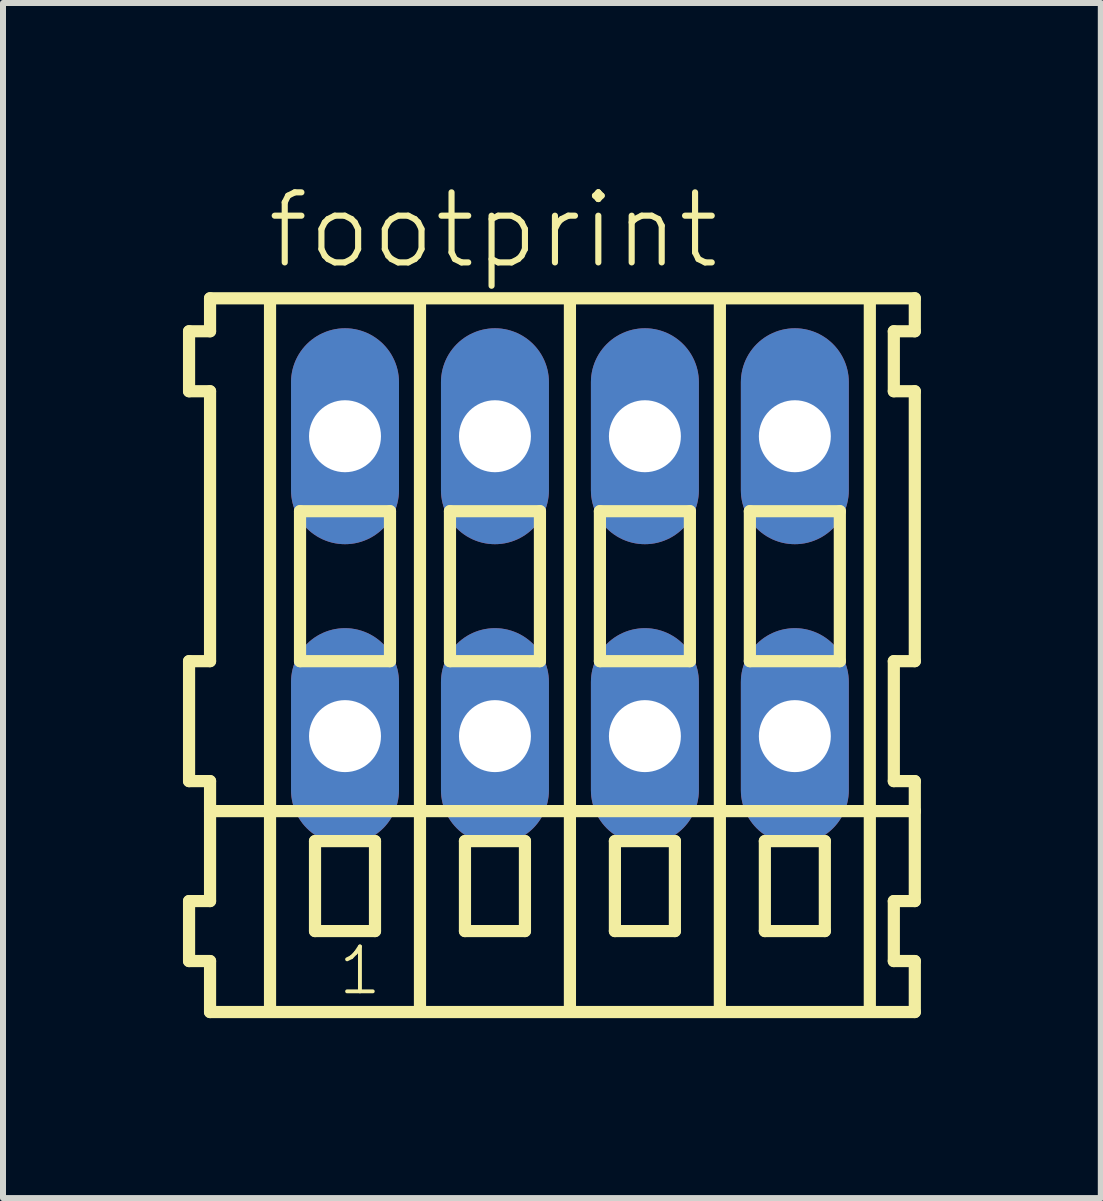
<source format=kicad_pcb>
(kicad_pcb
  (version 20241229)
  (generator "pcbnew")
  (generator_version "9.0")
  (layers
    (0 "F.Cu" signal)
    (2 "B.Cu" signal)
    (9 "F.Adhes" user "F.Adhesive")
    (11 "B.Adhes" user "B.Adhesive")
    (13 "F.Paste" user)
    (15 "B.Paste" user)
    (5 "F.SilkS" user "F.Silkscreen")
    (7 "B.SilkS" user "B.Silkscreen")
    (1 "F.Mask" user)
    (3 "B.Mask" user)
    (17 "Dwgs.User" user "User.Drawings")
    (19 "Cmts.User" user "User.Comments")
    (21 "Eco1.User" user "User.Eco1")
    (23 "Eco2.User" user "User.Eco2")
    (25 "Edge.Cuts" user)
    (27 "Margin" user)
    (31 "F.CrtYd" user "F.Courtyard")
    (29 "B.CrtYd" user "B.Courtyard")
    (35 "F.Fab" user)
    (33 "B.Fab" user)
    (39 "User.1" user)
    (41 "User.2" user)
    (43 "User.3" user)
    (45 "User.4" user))
  (footprint "footprint"
    (layer "F.Cu")
    (at 6.452 6.723)
    (property "Reference" "footprint" (at -5.1 -5.25 0) (layer "F.SilkS") (effects (font (size 1.168 1.168) (thickness 0.102)) (justify left bottom)))
    (fp_line (start -6.35 -4.25) (end -6.35 -3.25) (stroke (width 0.203) (type solid)) (layer "F.SilkS"))
    (fp_line (start -6.35 -3.25) (end -6 -3.25) (stroke (width 0.203) (type solid)) (layer "F.SilkS"))
    (fp_line (start -6.35 1.25) (end -6.35 3.25) (stroke (width 0.203) (type solid)) (layer "F.SilkS"))
    (fp_line (start -6.35 3.25) (end -6 3.25) (stroke (width 0.203) (type solid)) (layer "F.SilkS"))
    (fp_line (start -6.35 5.25) (end -6.35 6.25) (stroke (width 0.203) (type solid)) (layer "F.SilkS"))
    (fp_line (start -6.35 6.25) (end -6 6.25) (stroke (width 0.203) (type solid)) (layer "F.SilkS"))
    (fp_line (start -6 -4.8) (end -6 -4.25) (stroke (width 0.203) (type solid)) (layer "F.SilkS"))
    (fp_line (start -6 -4.25) (end -6.35 -4.25) (stroke (width 0.203) (type solid)) (layer "F.SilkS"))
    (fp_line (start -6 -3.25) (end -6 1.25) (stroke (width 0.203) (type solid)) (layer "F.SilkS"))
    (fp_line (start -6 1.25) (end -6.35 1.25) (stroke (width 0.203) (type solid)) (layer "F.SilkS"))
    (fp_line (start -6 3.25) (end -6 5.25) (stroke (width 0.203) (type solid)) (layer "F.SilkS"))
    (fp_line (start -6 3.75) (end 5.75 3.75) (stroke (width 0.203) (type solid)) (layer "F.SilkS"))
    (fp_line (start -6 5.25) (end -6.35 5.25) (stroke (width 0.203) (type solid)) (layer "F.SilkS"))
    (fp_line (start -6 6.25) (end -6 7.1) (stroke (width 0.203) (type solid)) (layer "F.SilkS"))
    (fp_line (start -6 7.1) (end 5.75 7.1) (stroke (width 0.203) (type solid)) (layer "F.SilkS"))
    (fp_line (start -5 -4.75) (end -5 7) (stroke (width 0.203) (type solid)) (layer "F.SilkS"))
    (fp_line (start -4.5 -1.25) (end -4.5 1.25) (stroke (width 0.203) (type solid)) (layer "F.SilkS"))
    (fp_line (start -4.5 1.25) (end -3 1.25) (stroke (width 0.203) (type solid)) (layer "F.SilkS"))
    (fp_line (start -4.25 4.25) (end -4.25 5.75) (stroke (width 0.203) (type solid)) (layer "F.SilkS"))
    (fp_line (start -4.25 5.75) (end -3.25 5.75) (stroke (width 0.203) (type solid)) (layer "F.SilkS"))
    (fp_line (start -3.25 4.25) (end -4.25 4.25) (stroke (width 0.203) (type solid)) (layer "F.SilkS"))
    (fp_line (start -3.25 5.75) (end -3.25 4.25) (stroke (width 0.203) (type solid)) (layer "F.SilkS"))
    (fp_line (start -3 -1.25) (end -4.5 -1.25) (stroke (width 0.203) (type solid)) (layer "F.SilkS"))
    (fp_line (start -3 1.25) (end -3 -1.25) (stroke (width 0.203) (type solid)) (layer "F.SilkS"))
    (fp_line (start -2.5 -4.75) (end -2.5 7) (stroke (width 0.203) (type solid)) (layer "F.SilkS"))
    (fp_line (start -2 -1.25) (end -2 1.25) (stroke (width 0.203) (type solid)) (layer "F.SilkS"))
    (fp_line (start -2 1.25) (end -0.5 1.25) (stroke (width 0.203) (type solid)) (layer "F.SilkS"))
    (fp_line (start -1.75 4.25) (end -1.75 5.75) (stroke (width 0.203) (type solid)) (layer "F.SilkS"))
    (fp_line (start -1.75 5.75) (end -0.75 5.75) (stroke (width 0.203) (type solid)) (layer "F.SilkS"))
    (fp_line (start -0.75 4.25) (end -1.75 4.25) (stroke (width 0.203) (type solid)) (layer "F.SilkS"))
    (fp_line (start -0.75 5.75) (end -0.75 4.25) (stroke (width 0.203) (type solid)) (layer "F.SilkS"))
    (fp_line (start -0.5 -1.25) (end -2 -1.25) (stroke (width 0.203) (type solid)) (layer "F.SilkS"))
    (fp_line (start -0.5 1.25) (end -0.5 -1.25) (stroke (width 0.203) (type solid)) (layer "F.SilkS"))
    (fp_line (start 0 -4.75) (end 0 7) (stroke (width 0.203) (type solid)) (layer "F.SilkS"))
    (fp_line (start 0.5 -1.25) (end 0.5 1.25) (stroke (width 0.203) (type solid)) (layer "F.SilkS"))
    (fp_line (start 0.5 1.25) (end 2 1.25) (stroke (width 0.203) (type solid)) (layer "F.SilkS"))
    (fp_line (start 0.75 4.25) (end 0.75 5.75) (stroke (width 0.203) (type solid)) (layer "F.SilkS"))
    (fp_line (start 0.75 5.75) (end 1.75 5.75) (stroke (width 0.203) (type solid)) (layer "F.SilkS"))
    (fp_line (start 1.75 4.25) (end 0.75 4.25) (stroke (width 0.203) (type solid)) (layer "F.SilkS"))
    (fp_line (start 1.75 5.75) (end 1.75 4.25) (stroke (width 0.203) (type solid)) (layer "F.SilkS"))
    (fp_line (start 2 -1.25) (end 0.5 -1.25) (stroke (width 0.203) (type solid)) (layer "F.SilkS"))
    (fp_line (start 2 1.25) (end 2 -1.25) (stroke (width 0.203) (type solid)) (layer "F.SilkS"))
    (fp_line (start 2.5 -4.75) (end 2.5 7) (stroke (width 0.203) (type solid)) (layer "F.SilkS"))
    (fp_line (start 3 -1.25) (end 3 1.25) (stroke (width 0.203) (type solid)) (layer "F.SilkS"))
    (fp_line (start 3 1.25) (end 4.5 1.25) (stroke (width 0.203) (type solid)) (layer "F.SilkS"))
    (fp_line (start 3.25 4.25) (end 3.25 5.75) (stroke (width 0.203) (type solid)) (layer "F.SilkS"))
    (fp_line (start 3.25 5.75) (end 4.25 5.75) (stroke (width 0.203) (type solid)) (layer "F.SilkS"))
    (fp_line (start 4.25 4.25) (end 3.25 4.25) (stroke (width 0.203) (type solid)) (layer "F.SilkS"))
    (fp_line (start 4.25 5.75) (end 4.25 4.25) (stroke (width 0.203) (type solid)) (layer "F.SilkS"))
    (fp_line (start 4.5 -1.25) (end 3 -1.25) (stroke (width 0.203) (type solid)) (layer "F.SilkS"))
    (fp_line (start 4.5 1.25) (end 4.5 -1.25) (stroke (width 0.203) (type solid)) (layer "F.SilkS"))
    (fp_line (start 5 -4.75) (end 5 7) (stroke (width 0.203) (type solid)) (layer "F.SilkS"))
    (fp_line (start 5.4 -4.25) (end 5.4 -3.25) (stroke (width 0.203) (type solid)) (layer "F.SilkS"))
    (fp_line (start 5.4 -3.25) (end 5.75 -3.25) (stroke (width 0.203) (type solid)) (layer "F.SilkS"))
    (fp_line (start 5.4 1.25) (end 5.4 3.25) (stroke (width 0.203) (type solid)) (layer "F.SilkS"))
    (fp_line (start 5.4 3.25) (end 5.75 3.25) (stroke (width 0.203) (type solid)) (layer "F.SilkS"))
    (fp_line (start 5.4 5.25) (end 5.4 6.25) (stroke (width 0.203) (type solid)) (layer "F.SilkS"))
    (fp_line (start 5.4 6.25) (end 5.75 6.25) (stroke (width 0.203) (type solid)) (layer "F.SilkS"))
    (fp_line (start 5.75 -4.8) (end -6 -4.8) (stroke (width 0.203) (type solid)) (layer "F.SilkS"))
    (fp_line (start 5.75 -4.25) (end 5.4 -4.25) (stroke (width 0.203) (type solid)) (layer "F.SilkS"))
    (fp_line (start 5.75 -4.25) (end 5.75 -4.8) (stroke (width 0.203) (type solid)) (layer "F.SilkS"))
    (fp_line (start 5.75 1.25) (end 5.4 1.25) (stroke (width 0.203) (type solid)) (layer "F.SilkS"))
    (fp_line (start 5.75 1.25) (end 5.75 -3.25) (stroke (width 0.203) (type solid)) (layer "F.SilkS"))
    (fp_line (start 5.75 3.75) (end 5.75 3.25) (stroke (width 0.203) (type solid)) (layer "F.SilkS"))
    (fp_line (start 5.75 5.25) (end 5.4 5.25) (stroke (width 0.203) (type solid)) (layer "F.SilkS"))
    (fp_line (start 5.75 5.25) (end 5.75 3.75) (stroke (width 0.203) (type solid)) (layer "F.SilkS"))
    (fp_line (start 5.75 7.1) (end 5.75 6.25) (stroke (width 0.203) (type solid)) (layer "F.SilkS"))
    (fp_text user "1" (at -3.9 6.85 0) (layer "F.SilkS") (effects (font (size 0.748 0.748) (thickness 0.065)) (justify left bottom)))
    (pad "A1" thru_hole oval (at -3.75 -2.5 90) (size 3.6 1.8) (drill 1.2) (layers "*.Cu" "*.Mask"))
    (pad "A2" thru_hole oval (at -1.25 -2.5 90) (size 3.6 1.8) (drill 1.2) (layers "*.Cu" "*.Mask"))
    (pad "A3" thru_hole oval (at 1.25 -2.5 90) (size 3.6 1.8) (drill 1.2) (layers "*.Cu" "*.Mask"))
    (pad "A4" thru_hole oval (at 3.75 -2.5 90) (size 3.6 1.8) (drill 1.2) (layers "*.Cu" "*.Mask"))
    (pad "B1" thru_hole oval (at -3.75 2.5 90) (size 3.6 1.8) (drill 1.2) (layers "*.Cu" "*.Mask"))
    (pad "B2" thru_hole oval (at -1.25 2.5 90) (size 3.6 1.8) (drill 1.2) (layers "*.Cu" "*.Mask"))
    (pad "B3" thru_hole oval (at 1.25 2.5 90) (size 3.6 1.8) (drill 1.2) (layers "*.Cu" "*.Mask"))
    (pad "B4" thru_hole oval (at 3.75 2.5 90) (size 3.6 1.8) (drill 1.2) (layers "*.Cu" "*.Mask")))
  (gr_rect
    (start -3 -3)
    (end 15.303 16.925)
    (stroke (width 0.1) (type default))
    (fill no)
    (layer "Edge.Cuts")))
</source>
